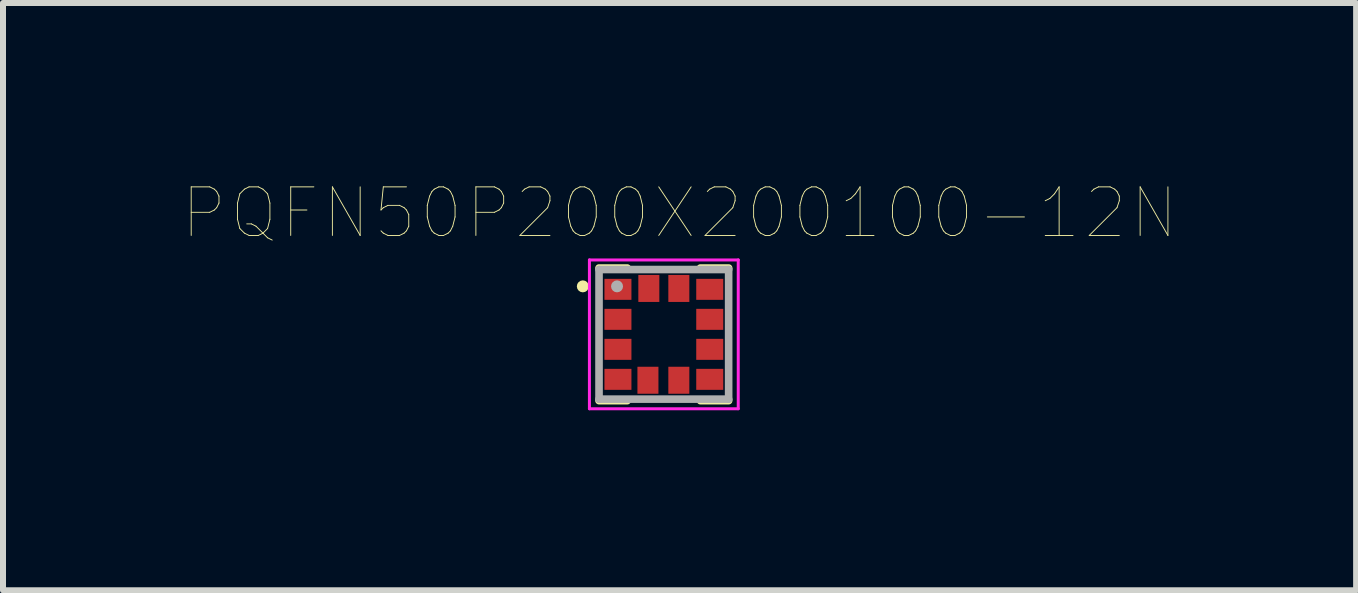
<source format=kicad_pcb>
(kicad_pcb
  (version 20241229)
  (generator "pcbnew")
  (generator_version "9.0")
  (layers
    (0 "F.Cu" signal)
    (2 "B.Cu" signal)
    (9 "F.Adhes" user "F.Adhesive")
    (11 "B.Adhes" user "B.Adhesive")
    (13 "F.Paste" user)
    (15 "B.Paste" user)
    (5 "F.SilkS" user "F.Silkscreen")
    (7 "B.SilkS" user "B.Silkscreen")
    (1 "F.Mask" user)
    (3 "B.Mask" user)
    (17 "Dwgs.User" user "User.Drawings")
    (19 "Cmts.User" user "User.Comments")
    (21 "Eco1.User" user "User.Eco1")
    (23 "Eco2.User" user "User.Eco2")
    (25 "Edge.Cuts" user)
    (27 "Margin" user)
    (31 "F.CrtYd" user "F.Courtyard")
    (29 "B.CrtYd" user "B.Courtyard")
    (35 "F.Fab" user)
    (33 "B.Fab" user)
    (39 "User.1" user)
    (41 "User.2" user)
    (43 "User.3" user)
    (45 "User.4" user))
  (footprint "PQFN50P200X200100-12N"
    (layer "F.Cu")
    (at 8.013 2.522)
    (property "Reference" "PQFN50P200X200100-12N" (at 0.262 -2.022 0) (layer "F.SilkS") (effects (font (size 0.81 0.81) (thickness 0.015))))
    (attr through_hole)
    (fp_line (start -1.08 -1.105) (end -0.61 -1.105) (stroke (width 0.127) (type solid)) (layer "F.SilkS"))
    (fp_line (start -0.61 1.105) (end -1.08 1.105) (stroke (width 0.127) (type solid)) (layer "F.SilkS"))
    (fp_line (start 0.61 -1.105) (end 1.08 -1.105) (stroke (width 0.127) (type solid)) (layer "F.SilkS"))
    (fp_line (start 1.08 1.105) (end 0.61 1.105) (stroke (width 0.127) (type solid)) (layer "F.SilkS"))
    (fp_circle (center -1.35 -0.8) (end -1.3 -0.8) (stroke (width 0.1) (type solid)) (fill no) (layer "F.SilkS"))
    (fp_line (start -1.24 -1.24) (end 1.24 -1.24) (stroke (width 0.05) (type solid)) (layer "F.CrtYd"))
    (fp_line (start -1.24 1.24) (end -1.24 -1.24) (stroke (width 0.05) (type solid)) (layer "F.CrtYd"))
    (fp_line (start 1.24 -1.24) (end 1.24 1.24) (stroke (width 0.05) (type solid)) (layer "F.CrtYd"))
    (fp_line (start 1.24 1.24) (end -1.24 1.24) (stroke (width 0.05) (type solid)) (layer "F.CrtYd"))
    (fp_line (start -1.08 -1.08) (end 1.08 -1.08) (stroke (width 0.127) (type solid)) (layer "F.Fab"))
    (fp_line (start -1.08 1.08) (end -1.08 -1.08) (stroke (width 0.127) (type solid)) (layer "F.Fab"))
    (fp_line (start 1.08 -1.08) (end 1.08 1.08) (stroke (width 0.127) (type solid)) (layer "F.Fab"))
    (fp_line (start 1.08 1.08) (end -1.08 1.08) (stroke (width 0.127) (type solid)) (layer "F.Fab"))
    (fp_circle (center -0.78 -0.8) (end -0.73 -0.8) (stroke (width 0.1) (type solid)) (fill no) (layer "F.Fab"))
    (pad "1" smd rect (at -0.765 -0.75) (size 0.45 0.35) (layers "F.Cu" "F.Mask" "F.Paste"))
    (pad "2" smd rect (at -0.765 -0.25) (size 0.45 0.35) (layers "F.Cu" "F.Mask" "F.Paste"))
    (pad "3" smd rect (at -0.765 0.25) (size 0.45 0.35) (layers "F.Cu" "F.Mask" "F.Paste"))
    (pad "4" smd rect (at -0.765 0.75) (size 0.45 0.35) (layers "F.Cu" "F.Mask" "F.Paste"))
    (pad "5" smd rect (at -0.265 0.765) (size 0.35 0.45) (layers "F.Cu" "F.Mask" "F.Paste"))
    (pad "6" smd rect (at 0.25 0.765) (size 0.35 0.45) (layers "F.Cu" "F.Mask" "F.Paste"))
    (pad "7" smd rect (at 0.765 0.75) (size 0.45 0.35) (layers "F.Cu" "F.Mask" "F.Paste"))
    (pad "8" smd rect (at 0.765 0.25) (size 0.45 0.35) (layers "F.Cu" "F.Mask" "F.Paste"))
    (pad "9" smd rect (at 0.765 -0.25) (size 0.45 0.35) (layers "F.Cu" "F.Mask" "F.Paste"))
    (pad "10" smd rect (at 0.765 -0.75) (size 0.45 0.35) (layers "F.Cu" "F.Mask" "F.Paste"))
    (pad "11" smd rect (at 0.25 -0.765) (size 0.35 0.45) (layers "F.Cu" "F.Mask" "F.Paste"))
    (pad "12" smd rect (at -0.25 -0.765) (size 0.35 0.45) (layers "F.Cu" "F.Mask" "F.Paste")))
  (gr_rect
    (start -3 -3)
    (end 19.55 6.787)
    (stroke (width 0.1) (type default))
    (fill no)
    (layer "Edge.Cuts")))
</source>
